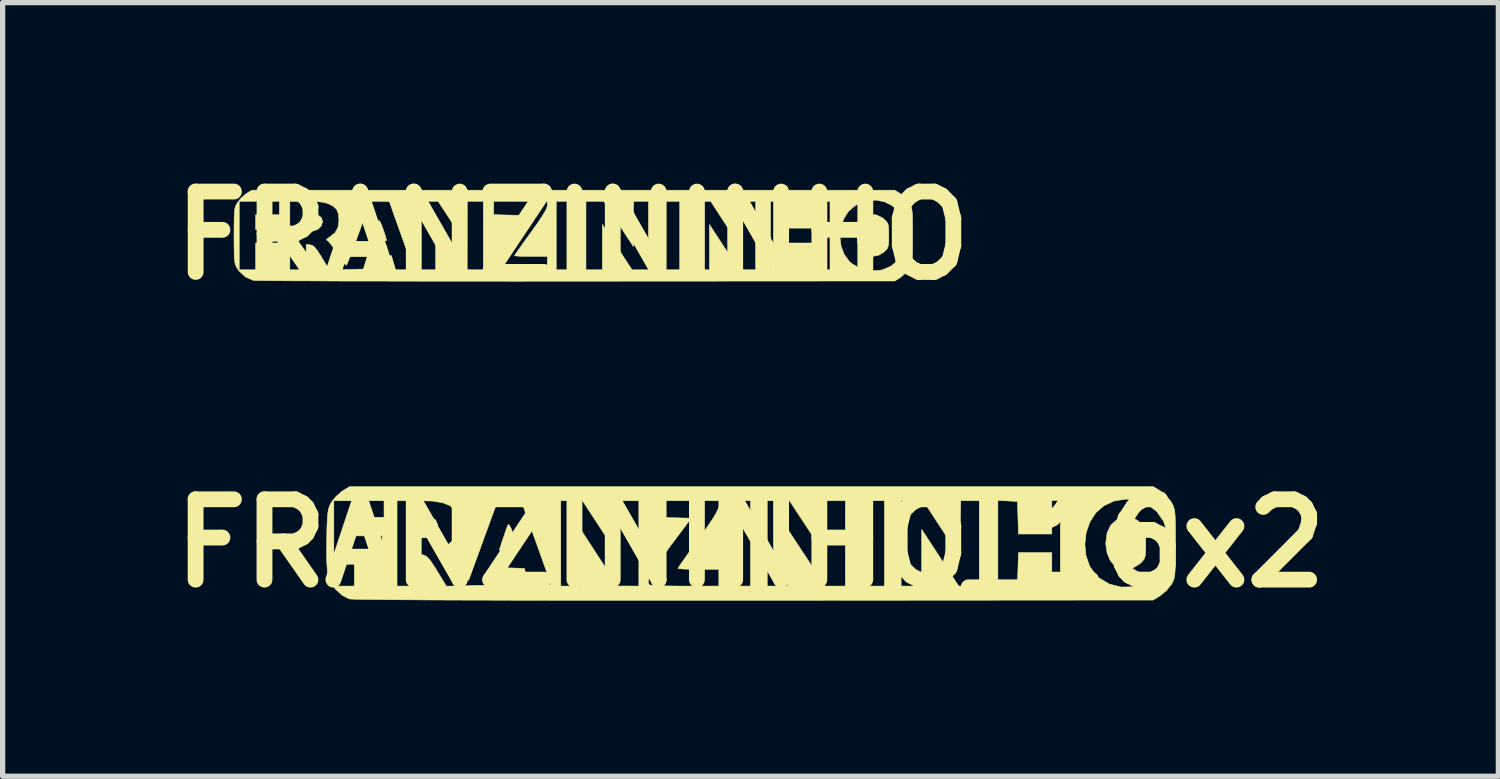
<source format=kicad_pcb>
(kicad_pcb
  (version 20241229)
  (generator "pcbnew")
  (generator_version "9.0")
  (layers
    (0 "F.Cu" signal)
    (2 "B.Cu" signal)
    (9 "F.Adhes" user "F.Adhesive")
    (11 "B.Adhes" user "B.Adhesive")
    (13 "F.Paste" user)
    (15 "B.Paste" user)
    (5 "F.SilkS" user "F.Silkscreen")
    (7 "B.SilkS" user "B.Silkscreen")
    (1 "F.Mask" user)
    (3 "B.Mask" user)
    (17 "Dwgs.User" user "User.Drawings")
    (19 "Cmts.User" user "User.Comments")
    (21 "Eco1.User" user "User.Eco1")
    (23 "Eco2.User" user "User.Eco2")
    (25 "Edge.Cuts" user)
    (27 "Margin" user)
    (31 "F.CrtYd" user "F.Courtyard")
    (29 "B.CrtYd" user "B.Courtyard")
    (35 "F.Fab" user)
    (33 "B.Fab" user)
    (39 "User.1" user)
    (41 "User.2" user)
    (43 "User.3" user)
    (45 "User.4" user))
  (footprint "FRANZININHO_16x2"
    (layer "F.Cu")
    (at 11.183 7.254)
    (property "Reference" "FRANZININHO_16x2" (at 0 0 0) (layer "F.SilkS") (effects (font (size 1.524 1.524) (thickness 0.3))))
    (attr through_hole)
    (fp_poly (pts (xy -6.062 -0.505) (xy -5.97 -0.44) (xy -5.931 -0.346) (xy -5.953 -0.234) (xy -5.982 -0.184) (xy -6.046 -0.127) (xy -6.146 -0.106) (xy -6.176 -0.106) (xy -6.315 -0.106) (xy -6.315 -0.529) (xy -6.199 -0.529) (xy -6.062 -0.505)) (stroke (width 0.01) (type solid)) (fill yes) (layer "F.SilkS"))
    (fp_poly (pts (xy -4.578 -0.351) (xy -4.543 -0.288) (xy -4.498 -0.171) (xy -4.494 -0.161) (xy -4.453 -0.038) (xy -4.423 0.059) (xy -4.41 0.111) (xy -4.41 0.113) (xy -4.441 0.129) (xy -4.523 0.139) (xy -4.586 0.141) (xy -4.687 0.139) (xy -4.751 0.133) (xy -4.763 0.129) (xy -4.752 0.092) (xy -4.725 0.009) (xy -4.689 -0.098) (xy -4.651 -0.209) (xy -4.618 -0.303) (xy -4.599 -0.353) (xy -4.578 -0.351)) (stroke (width 0.01) (type solid)) (fill yes) (layer "F.SilkS"))
    (fp_poly (pts (xy 7.259 -0.48) (xy 7.349 -0.428) (xy 7.393 -0.386) (xy 7.445 -0.326) (xy 7.476 -0.269) (xy 7.491 -0.192) (xy 7.496 -0.077) (xy 7.497 0.005) (xy 7.495 0.147) (xy 7.487 0.239) (xy 7.466 0.299) (xy 7.426 0.349) (xy 7.381 0.391) (xy 7.247 0.471) (xy 7.098 0.495) (xy 6.958 0.46) (xy 6.919 0.436) (xy 6.827 0.334) (xy 6.764 0.185) (xy 6.738 0.013) (xy 6.738 0) (xy 6.763 -0.196) (xy 6.835 -0.347) (xy 6.95 -0.448) (xy 7.103 -0.492) (xy 7.145 -0.494) (xy 7.259 -0.48)) (stroke (width 0.01) (type solid)) (fill yes) (layer "F.SilkS"))
    (fp_poly (pts (xy 7.768 -0.995) (xy 7.875 -0.909) (xy 7.968 -0.801) (xy 7.98 -0.783) (xy 8.008 -0.733) (xy 8.029 -0.682) (xy 8.044 -0.619) (xy 8.053 -0.531) (xy 8.058 -0.407) (xy 8.06 -0.236) (xy 8.061 -0.006) (xy 8.061 0) (xy 8.061 0.231) (xy 8.058 0.404) (xy 8.053 0.528) (xy 8.044 0.617) (xy 8.03 0.681) (xy 8.009 0.732) (xy 7.981 0.782) (xy 7.98 0.783) (xy 7.894 0.89) (xy 7.786 0.983) (xy 7.768 0.995) (xy 7.638 1.076) (xy 0.071 1.082) (xy -0.797 1.082) (xy -1.621 1.082) (xy -2.4 1.082) (xy -3.134 1.082) (xy -3.818 1.081) (xy -4.453 1.08) (xy -5.035 1.078) (xy -5.563 1.077) (xy -6.035 1.075) (xy -6.449 1.072) (xy -6.803 1.07) (xy -7.096 1.067) (xy -7.325 1.064) (xy -7.488 1.061) (xy -7.585 1.057) (xy -7.611 1.054) (xy -7.745 0.985) (xy -7.872 0.869) (xy -7.909 0.815) (xy 4.692 0.815) (xy 4.877 0.804) (xy 5.062 0.794) (xy 5.073 0.485) (xy 5.083 0.176) (xy 5.715 0.176) (xy 5.715 0.811) (xy 6.103 0.811) (xy 6.103 0.017) (xy 6.342 0.017) (xy 6.363 0.232) (xy 6.431 0.431) (xy 6.548 0.599) (xy 6.61 0.657) (xy 6.809 0.774) (xy 7.032 0.83) (xy 7.263 0.824) (xy 7.487 0.754) (xy 7.51 0.743) (xy 7.678 0.62) (xy 7.805 0.451) (xy 7.888 0.249) (xy 7.923 0.028) (xy 7.907 -0.198) (xy 7.836 -0.414) (xy 7.83 -0.427) (xy 7.702 -0.607) (xy 7.533 -0.737) (xy 7.335 -0.816) (xy 7.121 -0.839) (xy 6.903 -0.804) (xy 6.705 -0.714) (xy 6.549 -0.579) (xy 6.436 -0.402) (xy 6.366 -0.199) (xy 6.342 0.017) (xy 6.103 0.017) (xy 6.103 -0.811) (xy 5.715 -0.811) (xy 5.715 -0.176) (xy 5.083 -0.176) (xy 5.073 -0.485) (xy 5.062 -0.794) (xy 4.877 -0.804) (xy 4.692 -0.815) (xy 4.692 0.815) (xy -7.909 0.815) (xy -7.97 0.728) (xy -8.01 0.629) (xy -8.025 0.528) (xy -8.035 0.368) (xy -8.04 0.159) (xy -8.037 -0.085) (xy -8.032 -0.301) (xy -8.026 -0.459) (xy -8.016 -0.572) (xy -8.002 -0.653) (xy -7.982 -0.714) (xy -7.953 -0.769) (xy -7.945 -0.783) (xy -7.922 -0.811) (xy -7.902 -0.811) (xy -7.902 0.811) (xy -7.514 0.811) (xy -7.514 0.176) (xy -6.985 0.176) (xy -6.985 -0.141) (xy -7.514 -0.141) (xy -7.514 -0.494) (xy -6.95 -0.494) (xy -6.95 -0.811) (xy -6.703 -0.811) (xy -6.703 0.811) (xy -6.315 0.811) (xy -6.315 0.207) (xy -6.218 0.218) (xy -6.165 0.235) (xy -6.111 0.278) (xy -6.047 0.36) (xy -5.963 0.491) (xy -5.945 0.521) (xy -5.768 0.813) (xy -4.96 0.794) (xy -4.908 0.625) (xy -4.855 0.456) (xy -4.572 0.466) (xy -4.288 0.476) (xy -4.241 0.644) (xy -4.194 0.811) (xy -3.981 0.811) (xy -3.86 0.808) (xy -3.798 0.795) (xy -3.783 0.771) (xy -3.786 0.763) (xy -3.803 0.717) (xy -3.839 0.615) (xy -3.893 0.466) (xy -3.959 0.281) (xy -4.034 0.07) (xy -4.077 -0.048) (xy -4.349 -0.811) (xy -3.598 -0.811) (xy -3.598 0.811) (xy -3.246 0.811) (xy -3.244 -0.3) (xy -2.883 0.255) (xy -2.522 0.809) (xy -2.32 0.81) (xy -2.117 0.811) (xy -2.117 0.738) (xy -1.939 0.738) (xy -1.921 0.783) (xy -1.917 0.788) (xy -1.876 0.795) (xy -1.775 0.802) (xy -1.628 0.807) (xy -1.444 0.81) (xy -1.246 0.811) (xy -0.6 0.811) (xy -0.6 0.494) (xy -0.988 0.494) (xy -1.144 0.492) (xy -1.27 0.488) (xy -1.352 0.482) (xy -1.376 0.476) (xy -1.356 0.443) (xy -1.301 0.363) (xy -1.217 0.244) (xy -1.111 0.095) (xy -0.989 -0.073) (xy -0.988 -0.075) (xy -0.834 -0.29) (xy -0.722 -0.456) (xy -0.648 -0.579) (xy -0.609 -0.665) (xy -0.6 -0.71) (xy -0.6 -0.811) (xy -0.388 -0.811) (xy -0.388 0.811) (xy 0 0.811) (xy 0 -0.811) (xy 0.318 -0.811) (xy 0.318 0.811) (xy 0.706 0.811) (xy 0.706 0.273) (xy 0.707 -0.265) (xy 1.061 0.273) (xy 1.415 0.811) (xy 1.799 0.811) (xy 1.799 -0.811) (xy 2.152 -0.811) (xy 2.152 0.811) (xy 2.54 0.811) (xy 2.54 -0.811) (xy 2.857 -0.811) (xy 2.857 0.811) (xy 3.246 0.811) (xy 3.246 0.273) (xy 3.247 -0.265) (xy 3.598 0.273) (xy 3.949 0.811) (xy 4.339 0.811) (xy 4.339 -0.811) (xy 3.988 -0.811) (xy 3.978 -0.279) (xy 3.969 0.253) (xy 3.621 -0.279) (xy 3.274 -0.811) (xy 2.857 -0.811) (xy 2.54 -0.811) (xy 2.152 -0.811) (xy 1.799 -0.811) (xy 1.446 -0.811) (xy 1.445 0.265) (xy 0.737 -0.811) (xy 0.318 -0.811) (xy 0 -0.811) (xy -0.388 -0.811) (xy -0.6 -0.811) (xy -1.87 -0.811) (xy -1.87 -0.496) (xy -1.124 -0.476) (xy -1.532 0.068) (xy -1.691 0.283) (xy -1.808 0.452) (xy -1.886 0.579) (xy -1.928 0.673) (xy -1.939 0.738) (xy -2.117 0.738) (xy -2.117 -0.811) (xy -2.505 -0.811) (xy -2.506 -0.291) (xy -2.506 0.229) (xy -2.848 -0.291) (xy -3.189 -0.811) (xy -3.598 -0.811) (xy -4.349 -0.811) (xy -4.57 -0.811) (xy -4.697 -0.807) (xy -4.771 -0.793) (xy -4.808 -0.763) (xy -4.815 -0.75) (xy -4.834 -0.698) (xy -4.873 -0.592) (xy -4.928 -0.442) (xy -4.994 -0.261) (xy -5.068 -0.059) (xy -5.07 -0.053) (xy -5.144 0.151) (xy -5.212 0.337) (xy -5.269 0.492) (xy -5.31 0.606) (xy -5.332 0.665) (xy -5.332 0.665) (xy -5.35 0.7) (xy -5.372 0.705) (xy -5.407 0.672) (xy -5.464 0.593) (xy -5.535 0.485) (xy -5.622 0.357) (xy -5.705 0.244) (xy -5.769 0.165) (xy -5.785 0.15) (xy -5.836 0.098) (xy -5.838 0.073) (xy -5.79 0.054) (xy -5.721 0.013) (xy -5.642 -0.06) (xy -5.628 -0.075) (xy -5.567 -0.169) (xy -5.542 -0.279) (xy -5.539 -0.357) (xy -5.554 -0.51) (xy -5.604 -0.628) (xy -5.696 -0.713) (xy -5.836 -0.769) (xy -6.03 -0.801) (xy -6.286 -0.811) (xy -6.315 -0.811) (xy -6.703 -0.811) (xy -6.95 -0.811) (xy -7.902 -0.811) (xy -7.922 -0.811) (xy -7.858 -0.89) (xy -7.751 -0.983) (xy -7.733 -0.995) (xy -7.602 -1.076) (xy 7.638 -1.076) (xy 7.768 -0.995)) (stroke (width 0.01) (type solid)) (fill yes) (layer "F.SilkS")))
  (footprint "FRANZININHO"
    (layer "F.Cu")
    (at 7.809 1.418)
    (property "Reference" "FRANZININHO" (at 0 0 0) (layer "F.SilkS") (effects (font (size 1.524 1.524) (thickness 0.3))))
    (attr through_hole)
    (fp_poly (pts (xy -4.938 -0.415) (xy -4.826 -0.388) (xy -4.762 -0.34) (xy -4.741 -0.267) (xy -4.741 -0.265) (xy -4.767 -0.179) (xy -4.834 -0.116) (xy -4.93 -0.086) (xy -4.953 -0.085) (xy -5.052 -0.085) (xy -5.052 -0.431) (xy -4.938 -0.415)) (stroke (width 0.01) (type solid)) (fill yes) (layer "F.SilkS"))
    (fp_poly (pts (xy -3.663 -0.281) (xy -3.635 -0.231) (xy -3.598 -0.137) (xy -3.595 -0.129) (xy -3.562 -0.03) (xy -3.538 0.047) (xy -3.528 0.088) (xy -3.528 0.09) (xy -3.553 0.103) (xy -3.618 0.111) (xy -3.669 0.113) (xy -3.749 0.111) (xy -3.801 0.107) (xy -3.81 0.103) (xy -3.802 0.074) (xy -3.78 0.007) (xy -3.751 -0.079) (xy -3.721 -0.167) (xy -3.694 -0.243) (xy -3.68 -0.282) (xy -3.663 -0.281)) (stroke (width 0.01) (type solid)) (fill yes) (layer "F.SilkS"))
    (fp_poly (pts (xy 5.753 -0.394) (xy 5.864 -0.345) (xy 5.905 -0.313) (xy 5.951 -0.269) (xy 5.978 -0.229) (xy 5.992 -0.176) (xy 5.997 -0.095) (xy 5.997 0) (xy 5.996 0.115) (xy 5.99 0.189) (xy 5.974 0.238) (xy 5.943 0.277) (xy 5.905 0.313) (xy 5.797 0.377) (xy 5.679 0.396) (xy 5.566 0.368) (xy 5.535 0.349) (xy 5.461 0.267) (xy 5.411 0.148) (xy 5.391 0.01) (xy 5.39 0) (xy 5.41 -0.148) (xy 5.464 -0.266) (xy 5.545 -0.35) (xy 5.643 -0.394) (xy 5.753 -0.394)) (stroke (width 0.01) (type solid)) (fill yes) (layer "F.SilkS"))
    (fp_poly (pts (xy 6.215 -0.796) (xy 6.3 -0.727) (xy 6.374 -0.641) (xy 6.384 -0.627) (xy 6.407 -0.587) (xy 6.424 -0.546) (xy 6.435 -0.495) (xy 6.443 -0.425) (xy 6.447 -0.326) (xy 6.448 -0.189) (xy 6.449 -0.005) (xy 6.449 0) (xy 6.448 0.185) (xy 6.447 0.323) (xy 6.443 0.423) (xy 6.435 0.494) (xy 6.424 0.545) (xy 6.407 0.586) (xy 6.384 0.625) (xy 6.384 0.627) (xy 6.315 0.712) (xy 6.229 0.786) (xy 6.215 0.796) (xy 6.11 0.861) (xy 0.071 0.865) (xy -0.51 0.865) (xy -1.077 0.866) (xy -1.626 0.865) (xy -2.156 0.865) (xy -2.663 0.865) (xy -3.146 0.864) (xy -3.601 0.863) (xy -4.026 0.863) (xy -4.417 0.862) (xy -4.774 0.86) (xy -5.092 0.859) (xy -5.37 0.858) (xy -5.604 0.856) (xy -5.792 0.854) (xy -5.932 0.853) (xy -6.02 0.851) (xy -6.054 0.849) (xy -6.203 0.785) (xy -6.323 0.673) (xy -6.357 0.625) (xy -6.379 0.586) (xy -6.396 0.545) (xy -6.407 0.493) (xy -6.414 0.422) (xy -6.418 0.322) (xy -6.42 0.183) (xy -6.421 0) (xy -6.42 -0.185) (xy -6.418 -0.323) (xy -6.414 -0.423) (xy -6.407 -0.494) (xy -6.396 -0.545) (xy -6.379 -0.586) (xy -6.356 -0.625) (xy -6.356 -0.627) (xy -6.337 -0.649) (xy -6.322 -0.649) (xy -6.322 0.649) (xy -6.011 0.649) (xy -6.011 0.141) (xy -5.588 0.141) (xy -5.588 -0.113) (xy -6.011 -0.113) (xy -6.011 -0.395) (xy -5.56 -0.395) (xy -5.56 -0.649) (xy -5.362 -0.649) (xy -5.362 0.649) (xy -5.052 0.649) (xy -5.052 0.166) (xy -4.974 0.175) (xy -4.932 0.188) (xy -4.889 0.222) (xy -4.838 0.288) (xy -4.77 0.393) (xy -4.756 0.417) (xy -4.614 0.65) (xy -4.291 0.643) (xy -3.968 0.635) (xy -3.926 0.5) (xy -3.884 0.365) (xy -3.659 0.373) (xy -3.435 0.381) (xy -3.396 0.515) (xy -3.357 0.649) (xy -3.188 0.649) (xy -3.099 0.648) (xy -3.038 0.644) (xy -3.02 0.639) (xy -3.029 0.611) (xy -3.055 0.537) (xy -3.094 0.425) (xy -3.145 0.282) (xy -3.204 0.116) (xy -3.246 0) (xy -3.309 -0.177) (xy -3.366 -0.336) (xy -3.413 -0.469) (xy -3.447 -0.568) (xy -3.467 -0.626) (xy -3.471 -0.639) (xy -3.497 -0.644) (xy -3.564 -0.648) (xy -3.653 -0.649) (xy -2.879 -0.649) (xy -2.879 0.649) (xy -2.596 0.649) (xy -2.596 0.205) (xy -2.595 -0.24) (xy -2.018 0.648) (xy -1.693 0.649) (xy -1.693 0.591) (xy -1.551 0.591) (xy -1.537 0.626) (xy -1.533 0.63) (xy -1.5 0.636) (xy -1.42 0.641) (xy -1.302 0.646) (xy -1.156 0.648) (xy -0.997 0.649) (xy -0.48 0.649) (xy -0.48 0.395) (xy -0.79 0.395) (xy -0.915 0.394) (xy -1.016 0.391) (xy -1.081 0.386) (xy -1.101 0.381) (xy -1.085 0.355) (xy -1.041 0.29) (xy -0.974 0.195) (xy -0.889 0.076) (xy -0.791 -0.059) (xy -0.79 -0.06) (xy -0.667 -0.232) (xy -0.578 -0.365) (xy -0.519 -0.463) (xy -0.487 -0.532) (xy -0.48 -0.568) (xy -0.48 -0.649) (xy -0.31 -0.649) (xy -0.31 0.649) (xy 0 0.649) (xy 0 -0.649) (xy 0.254 -0.649) (xy 0.254 0.649) (xy 0.564 0.649) (xy 0.565 0.219) (xy 0.566 -0.212) (xy 0.847 0.219) (xy 1.128 0.649) (xy 1.439 0.649) (xy 1.439 -0.649) (xy 1.722 -0.649) (xy 1.722 0.649) (xy 2.032 0.649) (xy 2.032 -0.649) (xy 2.286 -0.649) (xy 2.286 0.649) (xy 2.596 0.649) (xy 2.596 -0.21) (xy 2.877 0.22) (xy 3.158 0.649) (xy 3.471 0.649) (xy 3.471 -0.649) (xy 3.754 -0.649) (xy 3.754 0.649) (xy 4.064 0.649) (xy 4.064 0.141) (xy 4.572 0.141) (xy 4.572 0.649) (xy 4.882 0.649) (xy 4.882 0.026) (xy 5.071 0.026) (xy 5.092 0.198) (xy 5.151 0.356) (xy 5.247 0.489) (xy 5.288 0.525) (xy 5.45 0.624) (xy 5.626 0.668) (xy 5.819 0.66) (xy 5.89 0.645) (xy 6.04 0.579) (xy 6.169 0.468) (xy 6.267 0.321) (xy 6.309 0.212) (xy 6.342 0.016) (xy 6.327 -0.164) (xy 6.272 -0.325) (xy 6.181 -0.461) (xy 6.061 -0.568) (xy 5.919 -0.64) (xy 5.76 -0.673) (xy 5.591 -0.662) (xy 5.418 -0.601) (xy 5.349 -0.562) (xy 5.226 -0.453) (xy 5.139 -0.311) (xy 5.087 -0.147) (xy 5.071 0.026) (xy 4.882 0.026) (xy 4.882 -0.649) (xy 4.572 -0.649) (xy 4.572 -0.141) (xy 4.064 -0.141) (xy 4.064 -0.649) (xy 3.754 -0.649) (xy 3.471 -0.649) (xy 3.471 -0.652) (xy 3.175 -0.635) (xy 3.175 -0.218) (xy 3.174 -0.043) (xy 3.169 0.077) (xy 3.161 0.144) (xy 3.15 0.161) (xy 3.147 0.157) (xy 3.122 0.121) (xy 3.073 0.045) (xy 3.005 -0.059) (xy 2.923 -0.184) (xy 2.869 -0.266) (xy 2.62 -0.649) (xy 2.286 -0.649) (xy 2.032 -0.649) (xy 1.722 -0.649) (xy 1.439 -0.649) (xy 1.157 -0.649) (xy 1.156 0.212) (xy 0.592 -0.649) (xy 0.254 -0.649) (xy 0 -0.649) (xy -0.31 -0.649) (xy -0.48 -0.649) (xy -1.496 -0.649) (xy -1.496 -0.397) (xy -1.198 -0.389) (xy -0.9 -0.381) (xy -1.226 0.054) (xy -1.353 0.227) (xy -1.446 0.361) (xy -1.508 0.463) (xy -1.542 0.538) (xy -1.551 0.591) (xy -1.693 0.591) (xy -1.693 -0.649) (xy -2.004 -0.649) (xy -2.005 0.183) (xy -2.277 -0.233) (xy -2.549 -0.649) (xy -2.879 -0.649) (xy -3.653 -0.649) (xy -3.834 -0.649) (xy -3.889 -0.501) (xy -3.918 -0.424) (xy -3.96 -0.307) (xy -4.013 -0.161) (xy -4.071 -0.001) (xy -4.11 0.106) (xy -4.165 0.255) (xy -4.214 0.384) (xy -4.254 0.485) (xy -4.282 0.547) (xy -4.293 0.564) (xy -4.314 0.542) (xy -4.359 0.483) (xy -4.421 0.396) (xy -4.469 0.325) (xy -4.539 0.224) (xy -4.601 0.144) (xy -4.646 0.095) (xy -4.664 0.085) (xy -4.666 0.072) (xy -4.628 0.042) (xy -4.611 0.031) (xy -4.505 -0.054) (xy -4.448 -0.157) (xy -4.431 -0.29) (xy -4.441 -0.414) (xy -4.476 -0.499) (xy -4.546 -0.561) (xy -4.61 -0.594) (xy -4.68 -0.62) (xy -4.763 -0.636) (xy -4.874 -0.645) (xy -5.026 -0.648) (xy -5.045 -0.648) (xy -5.362 -0.649) (xy -5.56 -0.649) (xy -6.322 -0.649) (xy -6.337 -0.649) (xy -6.287 -0.712) (xy -6.201 -0.786) (xy -6.186 -0.796) (xy -6.082 -0.861) (xy 6.11 -0.861) (xy 6.215 -0.796)) (stroke (width 0.01) (type solid)) (fill yes) (layer "F.SilkS")))
  (gr_rect
    (start -3 -3)
    (end 25.367 11.672)
    (stroke (width 0.1) (type default))
    (fill no)
    (layer "Edge.Cuts")))
</source>
